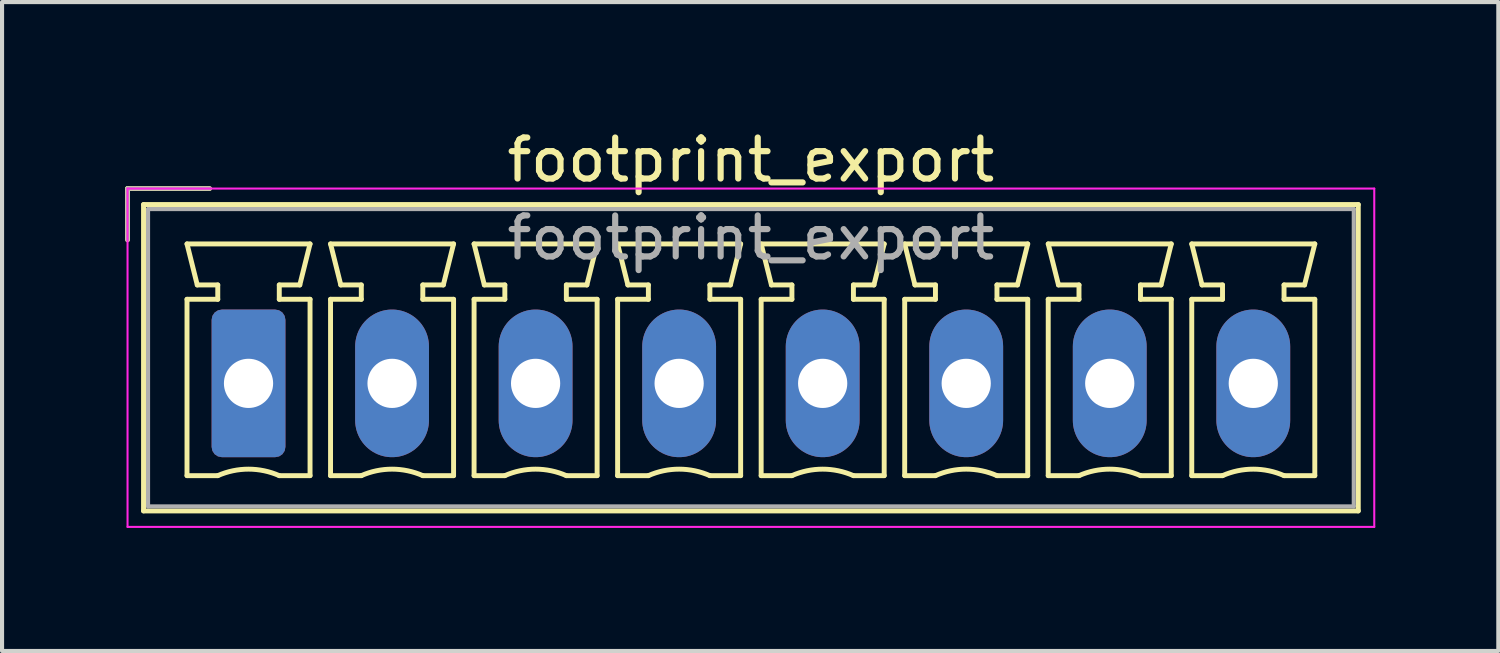
<source format=kicad_pcb>
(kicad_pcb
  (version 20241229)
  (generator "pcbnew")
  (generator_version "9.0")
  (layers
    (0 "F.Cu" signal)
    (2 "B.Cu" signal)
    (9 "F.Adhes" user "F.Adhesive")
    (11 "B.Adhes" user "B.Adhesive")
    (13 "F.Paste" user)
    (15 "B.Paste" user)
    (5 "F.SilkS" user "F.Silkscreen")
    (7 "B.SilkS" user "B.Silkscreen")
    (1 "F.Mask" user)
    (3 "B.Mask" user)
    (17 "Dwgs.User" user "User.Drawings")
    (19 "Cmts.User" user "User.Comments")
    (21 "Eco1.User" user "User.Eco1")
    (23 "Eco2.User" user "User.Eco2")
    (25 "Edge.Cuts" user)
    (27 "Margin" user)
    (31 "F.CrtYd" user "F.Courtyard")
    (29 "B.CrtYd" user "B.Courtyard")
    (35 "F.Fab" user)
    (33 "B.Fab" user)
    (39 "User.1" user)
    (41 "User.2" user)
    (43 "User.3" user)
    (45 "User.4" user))
  (footprint "footprint_export"
    (layer "F.Cu")
    (at 3.01 6.298)
    (property "Reference" "footprint_export" (at 12.25 -5.45 0) (layer "F.SilkS") (effects (font (size 1 1) (thickness 0.15))))
    (attr through_hole)
    (fp_line (start -2.95 -4.75) (end -0.95 -4.75) (stroke (width 0.12) (type solid)) (layer "F.SilkS"))
    (fp_line (start -2.95 -3.5) (end -2.95 -4.75) (stroke (width 0.12) (type solid)) (layer "F.SilkS"))
    (fp_line (start -2.56 -4.36) (end -2.56 3.11) (stroke (width 0.12) (type solid)) (layer "F.SilkS"))
    (fp_line (start -2.56 3.11) (end 27.06 3.11) (stroke (width 0.12) (type solid)) (layer "F.SilkS"))
    (fp_line (start -1.5 -3.4) (end 1.5 -3.4) (stroke (width 0.12) (type solid)) (layer "F.SilkS"))
    (fp_line (start -1.5 -2.05) (end -0.75 -2.05) (stroke (width 0.12) (type solid)) (layer "F.SilkS"))
    (fp_line (start -1.5 2.25) (end -1.5 -2.05) (stroke (width 0.12) (type solid)) (layer "F.SilkS"))
    (fp_line (start -1.25 -2.4) (end -1.5 -3.4) (stroke (width 0.12) (type solid)) (layer "F.SilkS"))
    (fp_line (start -0.75 -2.4) (end -1.25 -2.4) (stroke (width 0.12) (type solid)) (layer "F.SilkS"))
    (fp_line (start -0.75 -2.05) (end -0.75 -2.4) (stroke (width 0.12) (type solid)) (layer "F.SilkS"))
    (fp_line (start -0.75 2.25) (end -1.5 2.25) (stroke (width 0.12) (type solid)) (layer "F.SilkS"))
    (fp_line (start 0.75 -2.4) (end 0.75 -2.05) (stroke (width 0.12) (type solid)) (layer "F.SilkS"))
    (fp_line (start 0.75 -2.05) (end 1.5 -2.05) (stroke (width 0.12) (type solid)) (layer "F.SilkS"))
    (fp_line (start 1.25 -2.4) (end 0.75 -2.4) (stroke (width 0.12) (type solid)) (layer "F.SilkS"))
    (fp_line (start 1.5 -3.4) (end 1.25 -2.4) (stroke (width 0.12) (type solid)) (layer "F.SilkS"))
    (fp_line (start 1.5 -2.05) (end 1.5 2.25) (stroke (width 0.12) (type solid)) (layer "F.SilkS"))
    (fp_line (start 1.5 2.25) (end 0.75 2.25) (stroke (width 0.12) (type solid)) (layer "F.SilkS"))
    (fp_line (start 2 -3.4) (end 5 -3.4) (stroke (width 0.12) (type solid)) (layer "F.SilkS"))
    (fp_line (start 2 -2.05) (end 2.75 -2.05) (stroke (width 0.12) (type solid)) (layer "F.SilkS"))
    (fp_line (start 2 2.25) (end 2 -2.05) (stroke (width 0.12) (type solid)) (layer "F.SilkS"))
    (fp_line (start 2.25 -2.4) (end 2 -3.4) (stroke (width 0.12) (type solid)) (layer "F.SilkS"))
    (fp_line (start 2.75 -2.4) (end 2.25 -2.4) (stroke (width 0.12) (type solid)) (layer "F.SilkS"))
    (fp_line (start 2.75 -2.05) (end 2.75 -2.4) (stroke (width 0.12) (type solid)) (layer "F.SilkS"))
    (fp_line (start 2.75 2.25) (end 2 2.25) (stroke (width 0.12) (type solid)) (layer "F.SilkS"))
    (fp_line (start 4.25 -2.4) (end 4.25 -2.05) (stroke (width 0.12) (type solid)) (layer "F.SilkS"))
    (fp_line (start 4.25 -2.05) (end 5 -2.05) (stroke (width 0.12) (type solid)) (layer "F.SilkS"))
    (fp_line (start 4.75 -2.4) (end 4.25 -2.4) (stroke (width 0.12) (type solid)) (layer "F.SilkS"))
    (fp_line (start 5 -3.4) (end 4.75 -2.4) (stroke (width 0.12) (type solid)) (layer "F.SilkS"))
    (fp_line (start 5 -2.05) (end 5 2.25) (stroke (width 0.12) (type solid)) (layer "F.SilkS"))
    (fp_line (start 5 2.25) (end 4.25 2.25) (stroke (width 0.12) (type solid)) (layer "F.SilkS"))
    (fp_line (start 5.5 -3.4) (end 8.5 -3.4) (stroke (width 0.12) (type solid)) (layer "F.SilkS"))
    (fp_line (start 5.5 -2.05) (end 6.25 -2.05) (stroke (width 0.12) (type solid)) (layer "F.SilkS"))
    (fp_line (start 5.5 2.25) (end 5.5 -2.05) (stroke (width 0.12) (type solid)) (layer "F.SilkS"))
    (fp_line (start 5.75 -2.4) (end 5.5 -3.4) (stroke (width 0.12) (type solid)) (layer "F.SilkS"))
    (fp_line (start 6.25 -2.4) (end 5.75 -2.4) (stroke (width 0.12) (type solid)) (layer "F.SilkS"))
    (fp_line (start 6.25 -2.05) (end 6.25 -2.4) (stroke (width 0.12) (type solid)) (layer "F.SilkS"))
    (fp_line (start 6.25 2.25) (end 5.5 2.25) (stroke (width 0.12) (type solid)) (layer "F.SilkS"))
    (fp_line (start 7.75 -2.4) (end 7.75 -2.05) (stroke (width 0.12) (type solid)) (layer "F.SilkS"))
    (fp_line (start 7.75 -2.05) (end 8.5 -2.05) (stroke (width 0.12) (type solid)) (layer "F.SilkS"))
    (fp_line (start 8.25 -2.4) (end 7.75 -2.4) (stroke (width 0.12) (type solid)) (layer "F.SilkS"))
    (fp_line (start 8.5 -3.4) (end 8.25 -2.4) (stroke (width 0.12) (type solid)) (layer "F.SilkS"))
    (fp_line (start 8.5 -2.05) (end 8.5 2.25) (stroke (width 0.12) (type solid)) (layer "F.SilkS"))
    (fp_line (start 8.5 2.25) (end 7.75 2.25) (stroke (width 0.12) (type solid)) (layer "F.SilkS"))
    (fp_line (start 9 -3.4) (end 12 -3.4) (stroke (width 0.12) (type solid)) (layer "F.SilkS"))
    (fp_line (start 9 -2.05) (end 9.75 -2.05) (stroke (width 0.12) (type solid)) (layer "F.SilkS"))
    (fp_line (start 9 2.25) (end 9 -2.05) (stroke (width 0.12) (type solid)) (layer "F.SilkS"))
    (fp_line (start 9.25 -2.4) (end 9 -3.4) (stroke (width 0.12) (type solid)) (layer "F.SilkS"))
    (fp_line (start 9.75 -2.4) (end 9.25 -2.4) (stroke (width 0.12) (type solid)) (layer "F.SilkS"))
    (fp_line (start 9.75 -2.05) (end 9.75 -2.4) (stroke (width 0.12) (type solid)) (layer "F.SilkS"))
    (fp_line (start 9.75 2.25) (end 9 2.25) (stroke (width 0.12) (type solid)) (layer "F.SilkS"))
    (fp_line (start 11.25 -2.4) (end 11.25 -2.05) (stroke (width 0.12) (type solid)) (layer "F.SilkS"))
    (fp_line (start 11.25 -2.05) (end 12 -2.05) (stroke (width 0.12) (type solid)) (layer "F.SilkS"))
    (fp_line (start 11.75 -2.4) (end 11.25 -2.4) (stroke (width 0.12) (type solid)) (layer "F.SilkS"))
    (fp_line (start 12 -3.4) (end 11.75 -2.4) (stroke (width 0.12) (type solid)) (layer "F.SilkS"))
    (fp_line (start 12 -2.05) (end 12 2.25) (stroke (width 0.12) (type solid)) (layer "F.SilkS"))
    (fp_line (start 12 2.25) (end 11.25 2.25) (stroke (width 0.12) (type solid)) (layer "F.SilkS"))
    (fp_line (start 12.5 -3.4) (end 15.5 -3.4) (stroke (width 0.12) (type solid)) (layer "F.SilkS"))
    (fp_line (start 12.5 -2.05) (end 13.25 -2.05) (stroke (width 0.12) (type solid)) (layer "F.SilkS"))
    (fp_line (start 12.5 2.25) (end 12.5 -2.05) (stroke (width 0.12) (type solid)) (layer "F.SilkS"))
    (fp_line (start 12.75 -2.4) (end 12.5 -3.4) (stroke (width 0.12) (type solid)) (layer "F.SilkS"))
    (fp_line (start 13.25 -2.4) (end 12.75 -2.4) (stroke (width 0.12) (type solid)) (layer "F.SilkS"))
    (fp_line (start 13.25 -2.05) (end 13.25 -2.4) (stroke (width 0.12) (type solid)) (layer "F.SilkS"))
    (fp_line (start 13.25 2.25) (end 12.5 2.25) (stroke (width 0.12) (type solid)) (layer "F.SilkS"))
    (fp_line (start 14.75 -2.4) (end 14.75 -2.05) (stroke (width 0.12) (type solid)) (layer "F.SilkS"))
    (fp_line (start 14.75 -2.05) (end 15.5 -2.05) (stroke (width 0.12) (type solid)) (layer "F.SilkS"))
    (fp_line (start 15.25 -2.4) (end 14.75 -2.4) (stroke (width 0.12) (type solid)) (layer "F.SilkS"))
    (fp_line (start 15.5 -3.4) (end 15.25 -2.4) (stroke (width 0.12) (type solid)) (layer "F.SilkS"))
    (fp_line (start 15.5 -2.05) (end 15.5 2.25) (stroke (width 0.12) (type solid)) (layer "F.SilkS"))
    (fp_line (start 15.5 2.25) (end 14.75 2.25) (stroke (width 0.12) (type solid)) (layer "F.SilkS"))
    (fp_line (start 16 -3.4) (end 19 -3.4) (stroke (width 0.12) (type solid)) (layer "F.SilkS"))
    (fp_line (start 16 -2.05) (end 16.75 -2.05) (stroke (width 0.12) (type solid)) (layer "F.SilkS"))
    (fp_line (start 16 2.25) (end 16 -2.05) (stroke (width 0.12) (type solid)) (layer "F.SilkS"))
    (fp_line (start 16.25 -2.4) (end 16 -3.4) (stroke (width 0.12) (type solid)) (layer "F.SilkS"))
    (fp_line (start 16.75 -2.4) (end 16.25 -2.4) (stroke (width 0.12) (type solid)) (layer "F.SilkS"))
    (fp_line (start 16.75 -2.05) (end 16.75 -2.4) (stroke (width 0.12) (type solid)) (layer "F.SilkS"))
    (fp_line (start 16.75 2.25) (end 16 2.25) (stroke (width 0.12) (type solid)) (layer "F.SilkS"))
    (fp_line (start 18.25 -2.4) (end 18.25 -2.05) (stroke (width 0.12) (type solid)) (layer "F.SilkS"))
    (fp_line (start 18.25 -2.05) (end 19 -2.05) (stroke (width 0.12) (type solid)) (layer "F.SilkS"))
    (fp_line (start 18.75 -2.4) (end 18.25 -2.4) (stroke (width 0.12) (type solid)) (layer "F.SilkS"))
    (fp_line (start 19 -3.4) (end 18.75 -2.4) (stroke (width 0.12) (type solid)) (layer "F.SilkS"))
    (fp_line (start 19 -2.05) (end 19 2.25) (stroke (width 0.12) (type solid)) (layer "F.SilkS"))
    (fp_line (start 19 2.25) (end 18.25 2.25) (stroke (width 0.12) (type solid)) (layer "F.SilkS"))
    (fp_line (start 19.5 -3.4) (end 22.5 -3.4) (stroke (width 0.12) (type solid)) (layer "F.SilkS"))
    (fp_line (start 19.5 -2.05) (end 20.25 -2.05) (stroke (width 0.12) (type solid)) (layer "F.SilkS"))
    (fp_line (start 19.5 2.25) (end 19.5 -2.05) (stroke (width 0.12) (type solid)) (layer "F.SilkS"))
    (fp_line (start 19.75 -2.4) (end 19.5 -3.4) (stroke (width 0.12) (type solid)) (layer "F.SilkS"))
    (fp_line (start 20.25 -2.4) (end 19.75 -2.4) (stroke (width 0.12) (type solid)) (layer "F.SilkS"))
    (fp_line (start 20.25 -2.05) (end 20.25 -2.4) (stroke (width 0.12) (type solid)) (layer "F.SilkS"))
    (fp_line (start 20.25 2.25) (end 19.5 2.25) (stroke (width 0.12) (type solid)) (layer "F.SilkS"))
    (fp_line (start 21.75 -2.4) (end 21.75 -2.05) (stroke (width 0.12) (type solid)) (layer "F.SilkS"))
    (fp_line (start 21.75 -2.05) (end 22.5 -2.05) (stroke (width 0.12) (type solid)) (layer "F.SilkS"))
    (fp_line (start 22.25 -2.4) (end 21.75 -2.4) (stroke (width 0.12) (type solid)) (layer "F.SilkS"))
    (fp_line (start 22.5 -3.4) (end 22.25 -2.4) (stroke (width 0.12) (type solid)) (layer "F.SilkS"))
    (fp_line (start 22.5 -2.05) (end 22.5 2.25) (stroke (width 0.12) (type solid)) (layer "F.SilkS"))
    (fp_line (start 22.5 2.25) (end 21.75 2.25) (stroke (width 0.12) (type solid)) (layer "F.SilkS"))
    (fp_line (start 23 -3.4) (end 26 -3.4) (stroke (width 0.12) (type solid)) (layer "F.SilkS"))
    (fp_line (start 23 -2.05) (end 23.75 -2.05) (stroke (width 0.12) (type solid)) (layer "F.SilkS"))
    (fp_line (start 23 2.25) (end 23 -2.05) (stroke (width 0.12) (type solid)) (layer "F.SilkS"))
    (fp_line (start 23.25 -2.4) (end 23 -3.4) (stroke (width 0.12) (type solid)) (layer "F.SilkS"))
    (fp_line (start 23.75 -2.4) (end 23.25 -2.4) (stroke (width 0.12) (type solid)) (layer "F.SilkS"))
    (fp_line (start 23.75 -2.05) (end 23.75 -2.4) (stroke (width 0.12) (type solid)) (layer "F.SilkS"))
    (fp_line (start 23.75 2.25) (end 23 2.25) (stroke (width 0.12) (type solid)) (layer "F.SilkS"))
    (fp_line (start 25.25 -2.4) (end 25.25 -2.05) (stroke (width 0.12) (type solid)) (layer "F.SilkS"))
    (fp_line (start 25.25 -2.05) (end 26 -2.05) (stroke (width 0.12) (type solid)) (layer "F.SilkS"))
    (fp_line (start 25.75 -2.4) (end 25.25 -2.4) (stroke (width 0.12) (type solid)) (layer "F.SilkS"))
    (fp_line (start 26 -3.4) (end 25.75 -2.4) (stroke (width 0.12) (type solid)) (layer "F.SilkS"))
    (fp_line (start 26 -2.05) (end 26 2.25) (stroke (width 0.12) (type solid)) (layer "F.SilkS"))
    (fp_line (start 26 2.25) (end 25.25 2.25) (stroke (width 0.12) (type solid)) (layer "F.SilkS"))
    (fp_line (start 27.06 -4.36) (end -2.56 -4.36) (stroke (width 0.12) (type solid)) (layer "F.SilkS"))
    (fp_line (start 27.06 3.11) (end 27.06 -4.36) (stroke (width 0.12) (type solid)) (layer "F.SilkS"))
    (fp_arc (start -0.75 2.25) (mid -0.000193 2.09191) (end 0.749647 2.249844) (stroke (width 0.12) (type solid)) (layer "F.SilkS"))
    (fp_arc (start 2.75 2.25) (mid 3.499807 2.09191) (end 4.249647 2.249844) (stroke (width 0.12) (type solid)) (layer "F.SilkS"))
    (fp_arc (start 6.25 2.25) (mid 6.999807 2.09191) (end 7.749647 2.249844) (stroke (width 0.12) (type solid)) (layer "F.SilkS"))
    (fp_arc (start 9.75 2.25) (mid 10.499807 2.09191) (end 11.249647 2.249844) (stroke (width 0.12) (type solid)) (layer "F.SilkS"))
    (fp_arc (start 13.25 2.25) (mid 13.999807 2.09191) (end 14.749647 2.249844) (stroke (width 0.12) (type solid)) (layer "F.SilkS"))
    (fp_arc (start 16.75 2.25) (mid 17.499807 2.09191) (end 18.249647 2.249844) (stroke (width 0.12) (type solid)) (layer "F.SilkS"))
    (fp_arc (start 20.25 2.25) (mid 20.999807 2.09191) (end 21.749647 2.249844) (stroke (width 0.12) (type solid)) (layer "F.SilkS"))
    (fp_arc (start 23.75 2.25) (mid 24.499807 2.09191) (end 25.249647 2.249844) (stroke (width 0.12) (type solid)) (layer "F.SilkS"))
    (fp_line (start -2.95 -4.75) (end -2.95 3.5) (stroke (width 0.05) (type solid)) (layer "F.CrtYd"))
    (fp_line (start -2.95 3.5) (end 27.45 3.5) (stroke (width 0.05) (type solid)) (layer "F.CrtYd"))
    (fp_line (start 27.45 -4.75) (end -2.95 -4.75) (stroke (width 0.05) (type solid)) (layer "F.CrtYd"))
    (fp_line (start 27.45 3.5) (end 27.45 -4.75) (stroke (width 0.05) (type solid)) (layer "F.CrtYd"))
    (fp_line (start -2.95 -4.75) (end -0.95 -4.75) (stroke (width 0.1) (type solid)) (layer "F.Fab"))
    (fp_line (start -2.95 -3.5) (end -2.95 -4.75) (stroke (width 0.1) (type solid)) (layer "F.Fab"))
    (fp_line (start -2.45 -4.25) (end -2.45 3) (stroke (width 0.1) (type solid)) (layer "F.Fab"))
    (fp_line (start -2.45 3) (end 26.95 3) (stroke (width 0.1) (type solid)) (layer "F.Fab"))
    (fp_line (start 26.95 -4.25) (end -2.45 -4.25) (stroke (width 0.1) (type solid)) (layer "F.Fab"))
    (fp_line (start 26.95 3) (end 26.95 -4.25) (stroke (width 0.1) (type solid)) (layer "F.Fab"))
    (fp_text user "${REFERENCE}" (at 12.25 -3.55 0) (layer "F.Fab") (effects (font (size 1 1) (thickness 0.15))))
    (pad "1" thru_hole roundrect (at 0 0) (size 1.8 3.6) (drill 1.2) (layers "*.Cu" "*.Mask") (roundrect_rratio 0.139))
    (pad "2" thru_hole oval (at 3.5 0) (size 1.8 3.6) (drill 1.2) (layers "*.Cu" "*.Mask"))
    (pad "3" thru_hole oval (at 7 0) (size 1.8 3.6) (drill 1.2) (layers "*.Cu" "*.Mask"))
    (pad "4" thru_hole oval (at 10.5 0) (size 1.8 3.6) (drill 1.2) (layers "*.Cu" "*.Mask"))
    (pad "5" thru_hole oval (at 14 0) (size 1.8 3.6) (drill 1.2) (layers "*.Cu" "*.Mask"))
    (pad "6" thru_hole oval (at 17.5 0) (size 1.8 3.6) (drill 1.2) (layers "*.Cu" "*.Mask"))
    (pad "7" thru_hole oval (at 21 0) (size 1.8 3.6) (drill 1.2) (layers "*.Cu" "*.Mask"))
    (pad "8" thru_hole oval (at 24.5 0) (size 1.8 3.6) (drill 1.2) (layers "*.Cu" "*.Mask")))
  (gr_rect
    (start -3 -3)
    (end 33.485 12.823)
    (stroke (width 0.1) (type default))
    (fill no)
    (layer "Edge.Cuts")))
</source>
